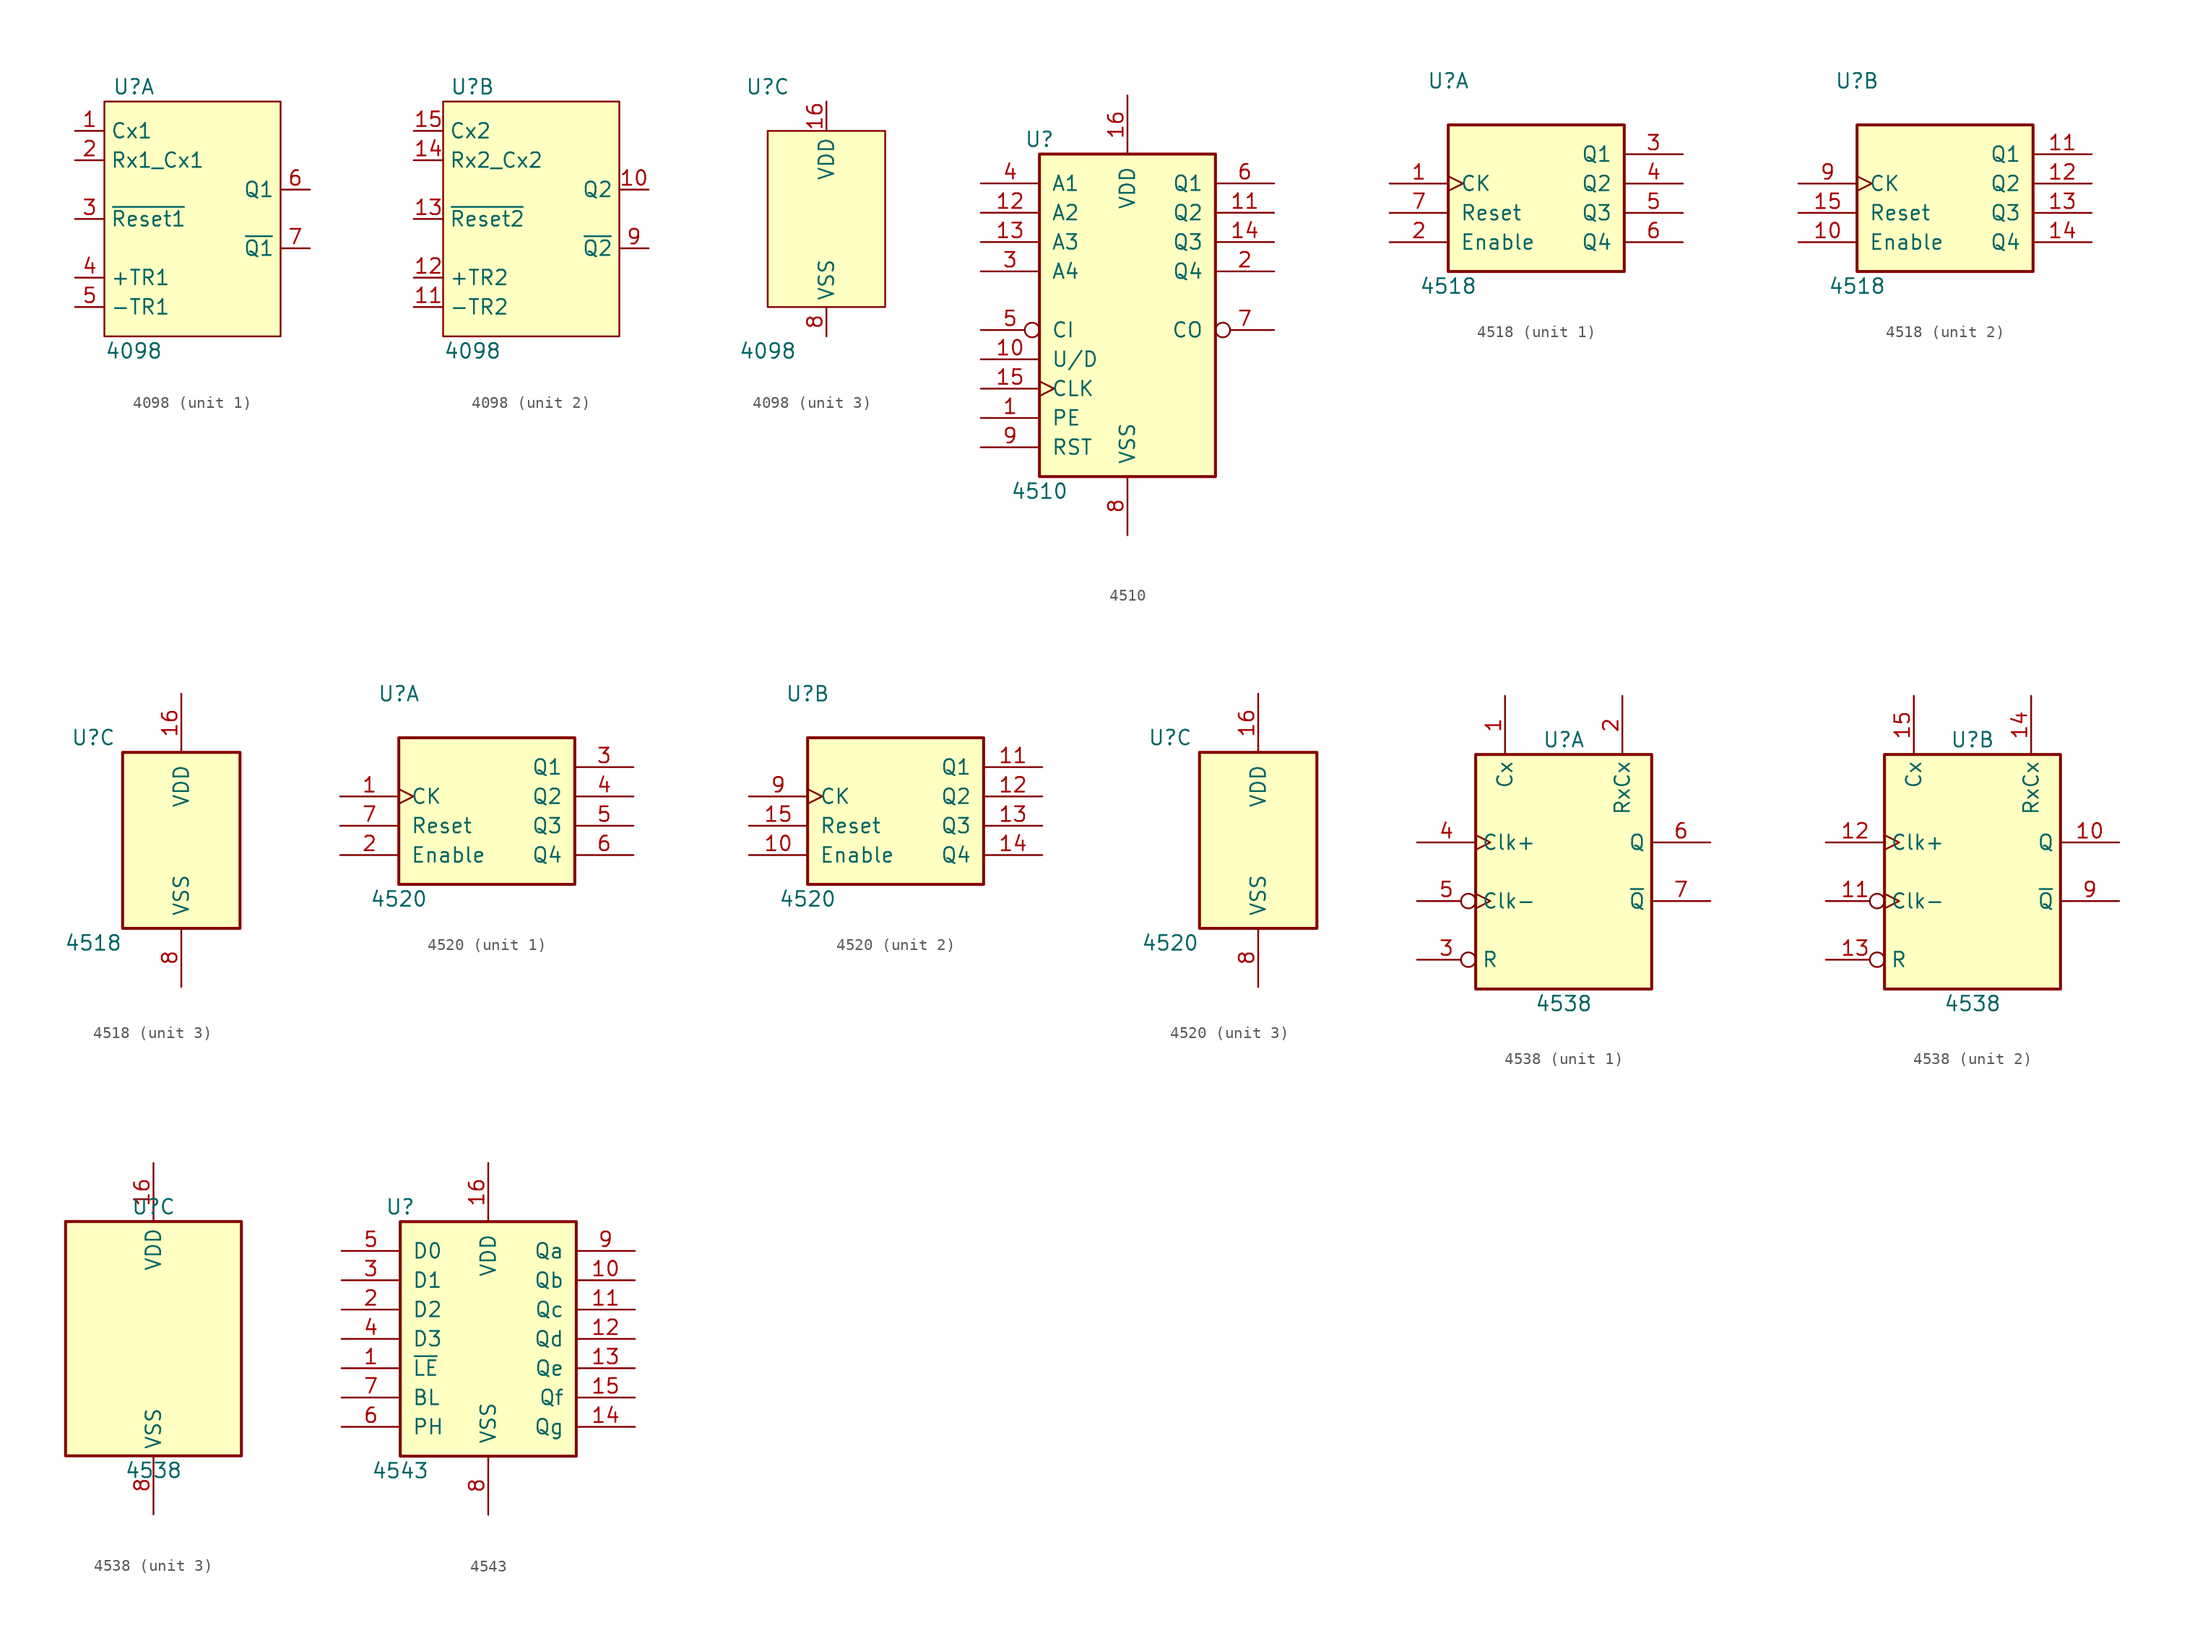
<source format=kicad_sym>
(kicad_symbol_lib
  (version 20211014)
  (generator kicad_symbol_editor)
  (symbol "4098"
    (property "Reference" "U"
      (at -5.08 11.43 0)
      (effects (font (size 1.27 1.27))))
    (property "Value" "4098"
      (at -5.08 -11.43 0)
      (effects (font (size 1.27 1.27))))
    (symbol "4098_1_1"
      (rectangle (start -7.62 10.16) (end 7.62 -10.16) (stroke (width 0) (type default) (color 0 0 0 0)) (fill (type background)))
      (pin input line (at -10.16 7.62 0) (length 2.54) (name "Cx1" (effects (font (size 1.27 1.27)))) (number "1" (effects (font (size 1.27 1.27)))))
      (pin input line (at -10.16 5.08 0) (length 2.54) (name "Rx1_Cx1" (effects (font (size 1.27 1.27)))) (number "2" (effects (font (size 1.27 1.27)))))
      (pin input line (at -10.16 0 0) (length 2.54) (name "~{Reset1}" (effects (font (size 1.27 1.27)))) (number "3" (effects (font (size 1.27 1.27)))))
      (pin input line (at -10.16 -5.08 0) (length 2.54) (name "+TR1" (effects (font (size 1.27 1.27)))) (number "4" (effects (font (size 1.27 1.27)))))
      (pin input line (at -10.16 -7.62 0) (length 2.54) (name "-TR1" (effects (font (size 1.27 1.27)))) (number "5" (effects (font (size 1.27 1.27)))))
      (pin output line (at 10.16 2.54 180) (length 2.54) (name "Q1" (effects (font (size 1.27 1.27)))) (number "6" (effects (font (size 1.27 1.27)))))
      (pin output line (at 10.16 -2.54 180) (length 2.54) (name "~{Q1}" (effects (font (size 1.27 1.27)))) (number "7" (effects (font (size 1.27 1.27))))))
    (symbol "4098_2_1"
      (rectangle (start -7.62 10.16) (end 7.62 -10.16) (stroke (width 0) (type default) (color 0 0 0 0)) (fill (type background)))
      (pin output line (at 10.16 2.54 180) (length 2.54) (name "Q2" (effects (font (size 1.27 1.27)))) (number "10" (effects (font (size 1.27 1.27)))))
      (pin input line (at -10.16 -7.62 0) (length 2.54) (name "-TR2" (effects (font (size 1.27 1.27)))) (number "11" (effects (font (size 1.27 1.27)))))
      (pin input line (at -10.16 -5.08 0) (length 2.54) (name "+TR2" (effects (font (size 1.27 1.27)))) (number "12" (effects (font (size 1.27 1.27)))))
      (pin input line (at -10.16 0 0) (length 2.54) (name "~{Reset2}" (effects (font (size 1.27 1.27)))) (number "13" (effects (font (size 1.27 1.27)))))
      (pin input line (at -10.16 5.08 0) (length 2.54) (name "Rx2_Cx2" (effects (font (size 1.27 1.27)))) (number "14" (effects (font (size 1.27 1.27)))))
      (pin input line (at -10.16 7.62 0) (length 2.54) (name "Cx2" (effects (font (size 1.27 1.27)))) (number "15" (effects (font (size 1.27 1.27)))))
      (pin output line (at 10.16 -2.54 180) (length 2.54) (name "~{Q2}" (effects (font (size 1.27 1.27)))) (number "9" (effects (font (size 1.27 1.27))))))
    (symbol "4098_3_1"
      (rectangle (start -5.08 7.62) (end 5.08 -7.62) (stroke (width 0) (type default) (color 0 0 0 0)) (fill (type background)))
      (pin power_in line (at 0 10.16 270) (length 2.54) (name "VDD" (effects (font (size 1.27 1.27)))) (number "16" (effects (font (size 1.27 1.27)))))
      (pin power_in line (at 0 -10.16 90) (length 2.54) (name "VSS" (effects (font (size 1.27 1.27)))) (number "8" (effects (font (size 1.27 1.27)))))))
  (symbol "4510"
    (pin_names
      (offset 1.016))
    (property "Reference" "U"
      (at -7.62 13.97 0)
      (effects (font (size 1.27 1.27))))
    (property "Value" "4510"
      (at -7.62 -16.51 0)
      (effects (font (size 1.27 1.27))))
    (property "ki_locked" ""
      (at 0 0 0)
      (effects (font (size 1.27 1.27))))
    (symbol "4510_1_0"
      (pin input line (at -12.7 -10.16 0) (length 5.08) (name "PE" (effects (font (size 1.27 1.27)))) (number "1" (effects (font (size 1.27 1.27)))))
      (pin input line (at -12.7 -5.08 0) (length 5.08) (name "U/D" (effects (font (size 1.27 1.27)))) (number "10" (effects (font (size 1.27 1.27)))))
      (pin output line (at 12.7 7.62 180) (length 5.08) (name "Q2" (effects (font (size 1.27 1.27)))) (number "11" (effects (font (size 1.27 1.27)))))
      (pin input line (at -12.7 7.62 0) (length 5.08) (name "A2" (effects (font (size 1.27 1.27)))) (number "12" (effects (font (size 1.27 1.27)))))
      (pin input line (at -12.7 5.08 0) (length 5.08) (name "A3" (effects (font (size 1.27 1.27)))) (number "13" (effects (font (size 1.27 1.27)))))
      (pin output line (at 12.7 5.08 180) (length 5.08) (name "Q3" (effects (font (size 1.27 1.27)))) (number "14" (effects (font (size 1.27 1.27)))))
      (pin input clock (at -12.7 -7.62 0) (length 5.08) (name "CLK" (effects (font (size 1.27 1.27)))) (number "15" (effects (font (size 1.27 1.27)))))
      (pin power_in line (at 0 17.78 270) (length 5.08) (name "VDD" (effects (font (size 1.27 1.27)))) (number "16" (effects (font (size 1.27 1.27)))))
      (pin output line (at 12.7 2.54 180) (length 5.08) (name "Q4" (effects (font (size 1.27 1.27)))) (number "2" (effects (font (size 1.27 1.27)))))
      (pin input line (at -12.7 2.54 0) (length 5.08) (name "A4" (effects (font (size 1.27 1.27)))) (number "3" (effects (font (size 1.27 1.27)))))
      (pin input line (at -12.7 10.16 0) (length 5.08) (name "A1" (effects (font (size 1.27 1.27)))) (number "4" (effects (font (size 1.27 1.27)))))
      (pin input inverted (at -12.7 -2.54 0) (length 5.08) (name "CI" (effects (font (size 1.27 1.27)))) (number "5" (effects (font (size 1.27 1.27)))))
      (pin output line (at 12.7 10.16 180) (length 5.08) (name "Q1" (effects (font (size 1.27 1.27)))) (number "6" (effects (font (size 1.27 1.27)))))
      (pin output inverted (at 12.7 -2.54 180) (length 5.08) (name "CO" (effects (font (size 1.27 1.27)))) (number "7" (effects (font (size 1.27 1.27)))))
      (pin power_in line (at 0 -20.32 90) (length 5.08) (name "VSS" (effects (font (size 1.27 1.27)))) (number "8" (effects (font (size 1.27 1.27)))))
      (pin input line (at -12.7 -12.7 0) (length 5.08) (name "RST" (effects (font (size 1.27 1.27)))) (number "9" (effects (font (size 1.27 1.27))))))
    (symbol "4510_1_1"
      (rectangle (start -7.62 12.7) (end 7.62 -15.24) (stroke (width 0.254) (type default) (color 0 0 0 0)) (fill (type background)))))
  (symbol "4518"
    (pin_names
      (offset 1.016))
    (property "Reference" "U"
      (at -7.62 8.89 0)
      (effects (font (size 1.27 1.27))))
    (property "Value" "4518"
      (at -7.62 -8.89 0)
      (effects (font (size 1.27 1.27))))
    (property "ki_locked" ""
      (at 0 0 0)
      (effects (font (size 1.27 1.27))))
    (symbol "4518_1_0"
      (pin input clock (at -12.7 0 0) (length 5.08) (name "CK" (effects (font (size 1.27 1.27)))) (number "1" (effects (font (size 1.27 1.27)))))
      (pin input line (at -12.7 -5.08 0) (length 5.08) (name "Enable" (effects (font (size 1.27 1.27)))) (number "2" (effects (font (size 1.27 1.27)))))
      (pin output line (at 12.7 2.54 180) (length 5.08) (name "Q1" (effects (font (size 1.27 1.27)))) (number "3" (effects (font (size 1.27 1.27)))))
      (pin output line (at 12.7 0 180) (length 5.08) (name "Q2" (effects (font (size 1.27 1.27)))) (number "4" (effects (font (size 1.27 1.27)))))
      (pin output line (at 12.7 -2.54 180) (length 5.08) (name "Q3" (effects (font (size 1.27 1.27)))) (number "5" (effects (font (size 1.27 1.27)))))
      (pin output line (at 12.7 -5.08 180) (length 5.08) (name "Q4" (effects (font (size 1.27 1.27)))) (number "6" (effects (font (size 1.27 1.27)))))
      (pin input line (at -12.7 -2.54 0) (length 5.08) (name "Reset" (effects (font (size 1.27 1.27)))) (number "7" (effects (font (size 1.27 1.27))))))
    (symbol "4518_1_1"
      (rectangle (start -7.62 5.08) (end 7.62 -7.62) (stroke (width 0.254) (type default) (color 0 0 0 0)) (fill (type background))))
    (symbol "4518_2_0"
      (pin input line (at -12.7 -5.08 0) (length 5.08) (name "Enable" (effects (font (size 1.27 1.27)))) (number "10" (effects (font (size 1.27 1.27)))))
      (pin output line (at 12.7 2.54 180) (length 5.08) (name "Q1" (effects (font (size 1.27 1.27)))) (number "11" (effects (font (size 1.27 1.27)))))
      (pin output line (at 12.7 0 180) (length 5.08) (name "Q2" (effects (font (size 1.27 1.27)))) (number "12" (effects (font (size 1.27 1.27)))))
      (pin output line (at 12.7 -2.54 180) (length 5.08) (name "Q3" (effects (font (size 1.27 1.27)))) (number "13" (effects (font (size 1.27 1.27)))))
      (pin output line (at 12.7 -5.08 180) (length 5.08) (name "Q4" (effects (font (size 1.27 1.27)))) (number "14" (effects (font (size 1.27 1.27)))))
      (pin input line (at -12.7 -2.54 0) (length 5.08) (name "Reset" (effects (font (size 1.27 1.27)))) (number "15" (effects (font (size 1.27 1.27)))))
      (pin input clock (at -12.7 0 0) (length 5.08) (name "CK" (effects (font (size 1.27 1.27)))) (number "9" (effects (font (size 1.27 1.27))))))
    (symbol "4518_2_1"
      (rectangle (start -7.62 5.08) (end 7.62 -7.62) (stroke (width 0.254) (type default) (color 0 0 0 0)) (fill (type background))))
    (symbol "4518_3_0"
      (pin power_in line (at 0 12.7 270) (length 5.08) (name "VDD" (effects (font (size 1.27 1.27)))) (number "16" (effects (font (size 1.27 1.27)))))
      (pin power_in line (at 0 -12.7 90) (length 5.08) (name "VSS" (effects (font (size 1.27 1.27)))) (number "8" (effects (font (size 1.27 1.27))))))
    (symbol "4518_3_1"
      (rectangle (start -5.08 7.62) (end 5.08 -7.62) (stroke (width 0.254) (type default) (color 0 0 0 0)) (fill (type background)))))
  (symbol "4520"
    (pin_names
      (offset 1.016))
    (property "Reference" "U"
      (at -7.62 8.89 0)
      (effects (font (size 1.27 1.27))))
    (property "Value" "4520"
      (at -7.62 -8.89 0)
      (effects (font (size 1.27 1.27))))
    (property "ki_locked" ""
      (at 0 0 0)
      (effects (font (size 1.27 1.27))))
    (symbol "4520_1_0"
      (pin input clock (at -12.7 0 0) (length 5.08) (name "CK" (effects (font (size 1.27 1.27)))) (number "1" (effects (font (size 1.27 1.27)))))
      (pin input line (at -12.7 -5.08 0) (length 5.08) (name "Enable" (effects (font (size 1.27 1.27)))) (number "2" (effects (font (size 1.27 1.27)))))
      (pin output line (at 12.7 2.54 180) (length 5.08) (name "Q1" (effects (font (size 1.27 1.27)))) (number "3" (effects (font (size 1.27 1.27)))))
      (pin output line (at 12.7 0 180) (length 5.08) (name "Q2" (effects (font (size 1.27 1.27)))) (number "4" (effects (font (size 1.27 1.27)))))
      (pin output line (at 12.7 -2.54 180) (length 5.08) (name "Q3" (effects (font (size 1.27 1.27)))) (number "5" (effects (font (size 1.27 1.27)))))
      (pin output line (at 12.7 -5.08 180) (length 5.08) (name "Q4" (effects (font (size 1.27 1.27)))) (number "6" (effects (font (size 1.27 1.27)))))
      (pin input line (at -12.7 -2.54 0) (length 5.08) (name "Reset" (effects (font (size 1.27 1.27)))) (number "7" (effects (font (size 1.27 1.27))))))
    (symbol "4520_1_1"
      (rectangle (start -7.62 5.08) (end 7.62 -7.62) (stroke (width 0.254) (type default) (color 0 0 0 0)) (fill (type background))))
    (symbol "4520_2_0"
      (pin input line (at -12.7 -5.08 0) (length 5.08) (name "Enable" (effects (font (size 1.27 1.27)))) (number "10" (effects (font (size 1.27 1.27)))))
      (pin output line (at 12.7 2.54 180) (length 5.08) (name "Q1" (effects (font (size 1.27 1.27)))) (number "11" (effects (font (size 1.27 1.27)))))
      (pin output line (at 12.7 0 180) (length 5.08) (name "Q2" (effects (font (size 1.27 1.27)))) (number "12" (effects (font (size 1.27 1.27)))))
      (pin output line (at 12.7 -2.54 180) (length 5.08) (name "Q3" (effects (font (size 1.27 1.27)))) (number "13" (effects (font (size 1.27 1.27)))))
      (pin output line (at 12.7 -5.08 180) (length 5.08) (name "Q4" (effects (font (size 1.27 1.27)))) (number "14" (effects (font (size 1.27 1.27)))))
      (pin input line (at -12.7 -2.54 0) (length 5.08) (name "Reset" (effects (font (size 1.27 1.27)))) (number "15" (effects (font (size 1.27 1.27)))))
      (pin input clock (at -12.7 0 0) (length 5.08) (name "CK" (effects (font (size 1.27 1.27)))) (number "9" (effects (font (size 1.27 1.27))))))
    (symbol "4520_2_1"
      (rectangle (start -7.62 5.08) (end 7.62 -7.62) (stroke (width 0.254) (type default) (color 0 0 0 0)) (fill (type background))))
    (symbol "4520_3_0"
      (pin power_in line (at 0 12.7 270) (length 5.08) (name "VDD" (effects (font (size 1.27 1.27)))) (number "16" (effects (font (size 1.27 1.27)))))
      (pin power_in line (at 0 -12.7 90) (length 5.08) (name "VSS" (effects (font (size 1.27 1.27)))) (number "8" (effects (font (size 1.27 1.27))))))
    (symbol "4520_3_1"
      (rectangle (start -5.08 7.62) (end 5.08 -7.62) (stroke (width 0.254) (type default) (color 0 0 0 0)) (fill (type background)))))
  (symbol "4538"
    (property "Reference" "U"
      (at 0 11.43 0)
      (effects (font (size 1.27 1.27))))
    (property "Value" "4538"
      (at 0 -11.43 0)
      (effects (font (size 1.27 1.27))))
    (property "ki_locked" ""
      (at 0 0 0)
      (effects (font (size 1.27 1.27))))
    (symbol "4538_1_0"
      (pin input line (at -5.08 15.24 270) (length 5.08) (name "Cx" (effects (font (size 1.27 1.27)))) (number "1" (effects (font (size 1.27 1.27)))))
      (pin input line (at 5.08 15.24 270) (length 5.08) (name "RxCx" (effects (font (size 1.27 1.27)))) (number "2" (effects (font (size 1.27 1.27)))))
      (pin input inverted (at -12.7 -7.62 0) (length 5.08) (name "R" (effects (font (size 1.27 1.27)))) (number "3" (effects (font (size 1.27 1.27)))))
      (pin input clock (at -12.7 2.54 0) (length 5.08) (name "Clk+" (effects (font (size 1.27 1.27)))) (number "4" (effects (font (size 1.27 1.27)))))
      (pin input inverted_clock (at -12.7 -2.54 0) (length 5.08) (name "Clk-" (effects (font (size 1.27 1.27)))) (number "5" (effects (font (size 1.27 1.27)))))
      (pin output line (at 12.7 2.54 180) (length 5.08) (name "Q" (effects (font (size 1.27 1.27)))) (number "6" (effects (font (size 1.27 1.27)))))
      (pin output line (at 12.7 -2.54 180) (length 5.08) (name "~{Q}" (effects (font (size 1.27 1.27)))) (number "7" (effects (font (size 1.27 1.27))))))
    (symbol "4538_1_1"
      (rectangle (start -7.62 10.16) (end 7.62 -10.16) (stroke (width 0.254) (type default) (color 0 0 0 0)) (fill (type background))))
    (symbol "4538_2_0"
      (pin output line (at 12.7 2.54 180) (length 5.08) (name "Q" (effects (font (size 1.27 1.27)))) (number "10" (effects (font (size 1.27 1.27)))))
      (pin input inverted_clock (at -12.7 -2.54 0) (length 5.08) (name "Clk-" (effects (font (size 1.27 1.27)))) (number "11" (effects (font (size 1.27 1.27)))))
      (pin input clock (at -12.7 2.54 0) (length 5.08) (name "Clk+" (effects (font (size 1.27 1.27)))) (number "12" (effects (font (size 1.27 1.27)))))
      (pin input inverted (at -12.7 -7.62 0) (length 5.08) (name "R" (effects (font (size 1.27 1.27)))) (number "13" (effects (font (size 1.27 1.27)))))
      (pin input line (at 5.08 15.24 270) (length 5.08) (name "RxCx" (effects (font (size 1.27 1.27)))) (number "14" (effects (font (size 1.27 1.27)))))
      (pin input line (at -5.08 15.24 270) (length 5.08) (name "Cx" (effects (font (size 1.27 1.27)))) (number "15" (effects (font (size 1.27 1.27)))))
      (pin output line (at 12.7 -2.54 180) (length 5.08) (name "~{Q}" (effects (font (size 1.27 1.27)))) (number "9" (effects (font (size 1.27 1.27))))))
    (symbol "4538_2_1"
      (rectangle (start -7.62 10.16) (end 7.62 -10.16) (stroke (width 0.254) (type default) (color 0 0 0 0)) (fill (type background))))
    (symbol "4538_3_0"
      (pin power_in line (at 0 15.24 270) (length 5.08) (name "VDD" (effects (font (size 1.27 1.27)))) (number "16" (effects (font (size 1.27 1.27)))))
      (pin power_in line (at 0 -15.24 90) (length 5.08) (name "VSS" (effects (font (size 1.27 1.27)))) (number "8" (effects (font (size 1.27 1.27))))))
    (symbol "4538_3_1"
      (rectangle (start -7.62 10.16) (end 7.62 -10.16) (stroke (width 0.254) (type default) (color 0 0 0 0)) (fill (type background)))))
  (symbol "4543"
    (pin_names
      (offset 1.016))
    (property "Reference" "U"
      (at -7.62 11.43 0)
      (effects (font (size 1.27 1.27))))
    (property "Value" "4543"
      (at -7.62 -11.43 0)
      (effects (font (size 1.27 1.27))))
    (property "ki_locked" ""
      (at 0 0 0)
      (effects (font (size 1.27 1.27))))
    (symbol "4543_1_0"
      (pin input line (at -12.7 -2.54 0) (length 5.08) (name "~{LE}" (effects (font (size 1.27 1.27)))) (number "1" (effects (font (size 1.27 1.27)))))
      (pin output line (at 12.7 5.08 180) (length 5.08) (name "Qb" (effects (font (size 1.27 1.27)))) (number "10" (effects (font (size 1.27 1.27)))))
      (pin output line (at 12.7 2.54 180) (length 5.08) (name "Qc" (effects (font (size 1.27 1.27)))) (number "11" (effects (font (size 1.27 1.27)))))
      (pin output line (at 12.7 0 180) (length 5.08) (name "Qd" (effects (font (size 1.27 1.27)))) (number "12" (effects (font (size 1.27 1.27)))))
      (pin output line (at 12.7 -2.54 180) (length 5.08) (name "Qe" (effects (font (size 1.27 1.27)))) (number "13" (effects (font (size 1.27 1.27)))))
      (pin output line (at 12.7 -7.62 180) (length 5.08) (name "Qg" (effects (font (size 1.27 1.27)))) (number "14" (effects (font (size 1.27 1.27)))))
      (pin output line (at 12.7 -5.08 180) (length 5.08) (name "Qf" (effects (font (size 1.27 1.27)))) (number "15" (effects (font (size 1.27 1.27)))))
      (pin power_in line (at 0 15.24 270) (length 5.08) (name "VDD" (effects (font (size 1.27 1.27)))) (number "16" (effects (font (size 1.27 1.27)))))
      (pin input line (at -12.7 2.54 0) (length 5.08) (name "D2" (effects (font (size 1.27 1.27)))) (number "2" (effects (font (size 1.27 1.27)))))
      (pin input line (at -12.7 5.08 0) (length 5.08) (name "D1" (effects (font (size 1.27 1.27)))) (number "3" (effects (font (size 1.27 1.27)))))
      (pin input line (at -12.7 0 0) (length 5.08) (name "D3" (effects (font (size 1.27 1.27)))) (number "4" (effects (font (size 1.27 1.27)))))
      (pin input line (at -12.7 7.62 0) (length 5.08) (name "D0" (effects (font (size 1.27 1.27)))) (number "5" (effects (font (size 1.27 1.27)))))
      (pin input line (at -12.7 -7.62 0) (length 5.08) (name "PH" (effects (font (size 1.27 1.27)))) (number "6" (effects (font (size 1.27 1.27)))))
      (pin input line (at -12.7 -5.08 0) (length 5.08) (name "BL" (effects (font (size 1.27 1.27)))) (number "7" (effects (font (size 1.27 1.27)))))
      (pin power_in line (at 0 -15.24 90) (length 5.08) (name "VSS" (effects (font (size 1.27 1.27)))) (number "8" (effects (font (size 1.27 1.27)))))
      (pin output line (at 12.7 7.62 180) (length 5.08) (name "Qa" (effects (font (size 1.27 1.27)))) (number "9" (effects (font (size 1.27 1.27))))))
    (symbol "4543_1_1"
      (rectangle (start -7.62 10.16) (end 7.62 -10.16) (stroke (width 0.254) (type default) (color 0 0 0 0)) (fill (type background))))))
</source>
